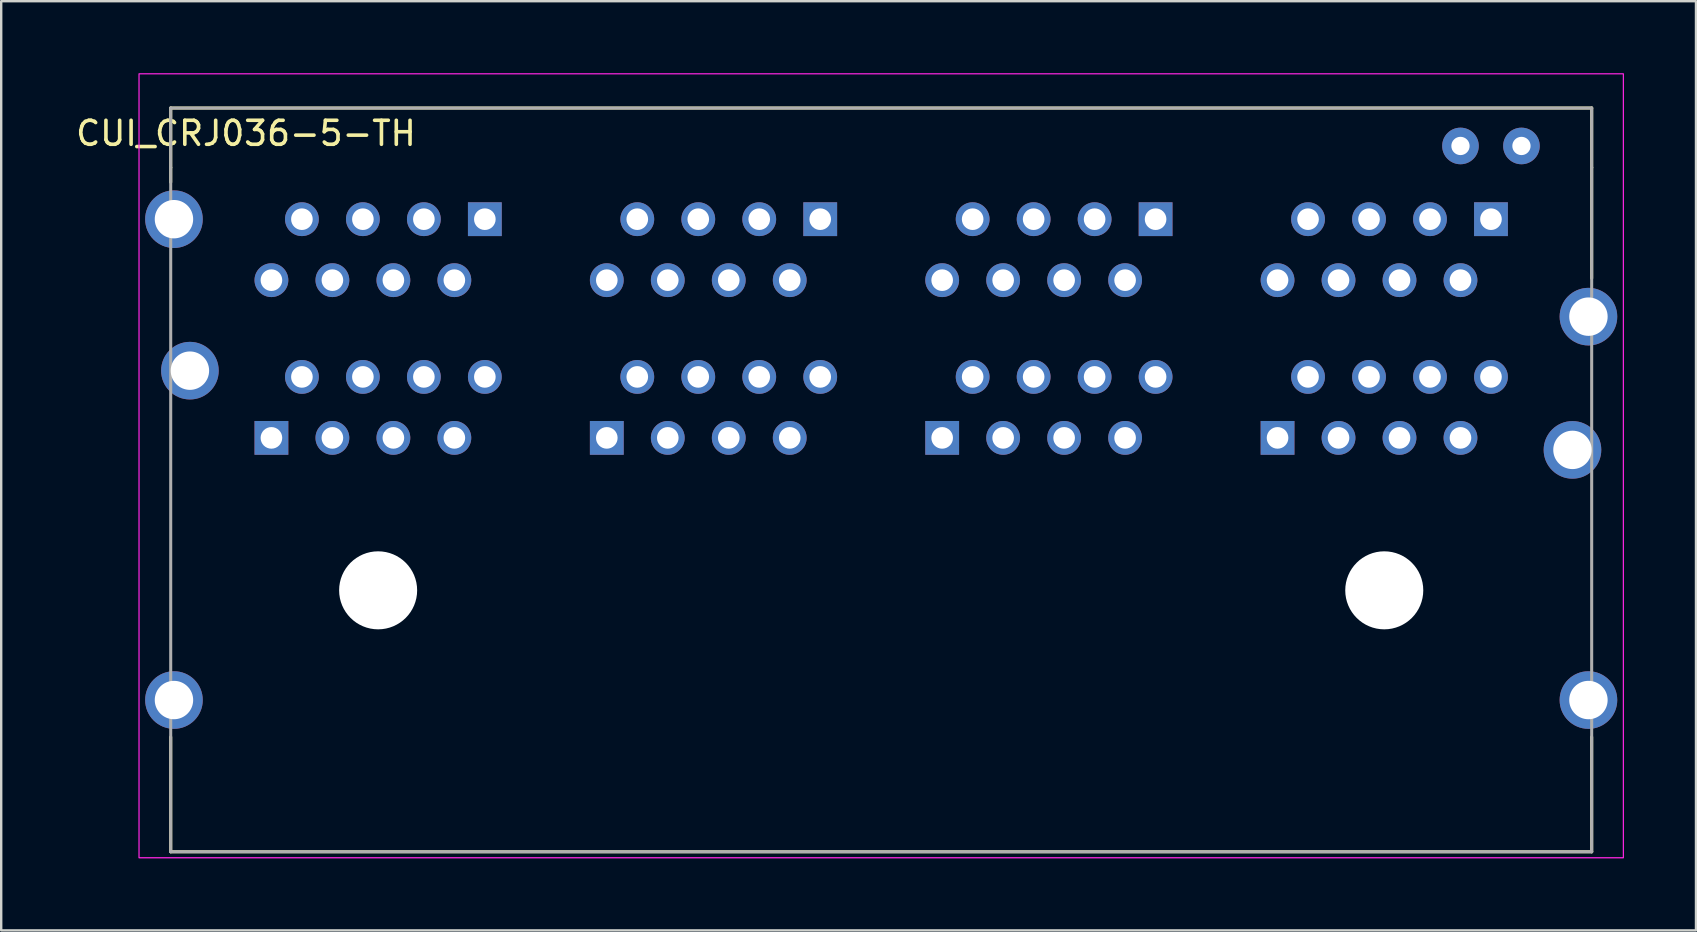
<source format=kicad_pcb>
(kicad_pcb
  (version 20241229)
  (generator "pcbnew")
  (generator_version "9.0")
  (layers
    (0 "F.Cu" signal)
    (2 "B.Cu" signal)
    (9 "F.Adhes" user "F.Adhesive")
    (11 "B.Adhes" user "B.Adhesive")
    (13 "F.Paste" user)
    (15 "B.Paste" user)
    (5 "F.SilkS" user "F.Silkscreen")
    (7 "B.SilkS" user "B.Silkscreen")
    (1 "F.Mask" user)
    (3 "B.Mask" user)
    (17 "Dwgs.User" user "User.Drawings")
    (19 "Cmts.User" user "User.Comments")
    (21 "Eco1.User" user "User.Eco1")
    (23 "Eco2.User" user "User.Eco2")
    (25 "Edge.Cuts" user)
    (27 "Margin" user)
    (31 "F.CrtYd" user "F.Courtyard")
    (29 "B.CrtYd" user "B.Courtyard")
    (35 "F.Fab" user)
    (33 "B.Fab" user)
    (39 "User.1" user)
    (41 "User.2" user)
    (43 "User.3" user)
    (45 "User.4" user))
  (footprint "CUI_CRJ036-5-TH"
    (layer "F.Cu")
    (at 33.656 21.54)
    (property "Reference" "CUI_CRJ036-5-TH" (at -26.46 -19.035 0) (layer "F.SilkS") (effects (font (size 1 1) (thickness 0.15))))
    (attr through_hole)
    (fp_line (start -29.595 -20.09) (end 29.595 -20.09) (stroke (width 0.127) (type solid)) (layer "F.SilkS"))
    (fp_line (start -29.595 -17.61) (end -29.595 -20.09) (stroke (width 0.127) (type default)) (layer "F.SilkS"))
    (fp_line (start -29.595 -17) (end -29.595 -17.61) (stroke (width 0.127) (type solid)) (layer "F.SilkS"))
    (fp_line (start -29.595 10.89) (end -29.595 6.11) (stroke (width 0.127) (type solid)) (layer "F.SilkS"))
    (fp_line (start 29.595 -17.61) (end 29.595 -20.09) (stroke (width 0.127) (type default)) (layer "F.SilkS"))
    (fp_line (start 29.595 -13) (end 29.595 -17.61) (stroke (width 0.127) (type solid)) (layer "F.SilkS"))
    (fp_line (start 29.595 10.89) (end -29.595 10.89) (stroke (width 0.127) (type solid)) (layer "F.SilkS"))
    (fp_line (start 29.595 10.89) (end 29.595 6.11) (stroke (width 0.127) (type solid)) (layer "F.SilkS"))
    (fp_rect (start -30.915 -21.515) (end 30.915 11.14) (stroke (width 0.05) (type default)) (fill no) (layer "F.CrtYd"))
    (fp_line (start -29.595 -20.09) (end 29.595 -20.09) (stroke (width 0.127) (type solid)) (layer "F.Fab"))
    (fp_line (start -29.595 -17.61) (end -29.595 -20.09) (stroke (width 0.127) (type default)) (layer "F.Fab"))
    (fp_line (start -29.595 10.89) (end -29.595 -17.61) (stroke (width 0.127) (type solid)) (layer "F.Fab"))
    (fp_line (start 29.595 -17.61) (end 29.595 -20.09) (stroke (width 0.127) (type default)) (layer "F.Fab"))
    (fp_line (start 29.595 -17.61) (end 29.595 10.89) (stroke (width 0.127) (type solid)) (layer "F.Fab"))
    (fp_line (start 29.595 10.89) (end -29.595 10.89) (stroke (width 0.127) (type solid)) (layer "F.Fab"))
    (fp_line (start -29.595 -17.61) (end -29.595 -20.085) (stroke (width 0.1) (type default)) (layer "User.5"))
    (fp_line (start -29.595 -17.61) (end -29.595 -20.085) (stroke (width 0.127) (type default)) (layer "User.5"))
    (fp_line (start 29.595 -17.61) (end 29.595 -20.085) (stroke (width 0.1) (type default)) (layer "User.5"))
    (fp_line (start 29.595 -17.61) (end 29.595 -20.085) (stroke (width 0.127) (type default)) (layer "User.5"))
    (pad "" np_thru_hole circle (at -20.955 0) (size 3.25 3.25) (drill 3.25) (layers "*.Cu" "*.Mask"))
    (pad "" np_thru_hole circle (at 20.955 0) (size 3.25 3.25) (drill 3.25) (layers "*.Cu" "*.Mask"))
    (pad "1" thru_hole circle (at 26.67 -18.51) (size 1.524 1.524) (drill 0.762) (layers "*.Cu" "*.Mask"))
    (pad "1_1B" thru_hole rect (at -25.4 -6.35) (size 1.408 1.408) (drill 0.9) (layers "*.Cu" "*.Mask"))
    (pad "1_1T" thru_hole rect (at -16.51 -15.46) (size 1.408 1.408) (drill 0.9) (layers "*.Cu" "*.Mask"))
    (pad "1_2B" thru_hole circle (at -24.13 -8.89) (size 1.408 1.408) (drill 0.9) (layers "*.Cu" "*.Mask"))
    (pad "1_2T" thru_hole circle (at -17.78 -12.92) (size 1.408 1.408) (drill 0.9) (layers "*.Cu" "*.Mask"))
    (pad "1_3B" thru_hole circle (at -22.86 -6.35) (size 1.408 1.408) (drill 0.9) (layers "*.Cu" "*.Mask"))
    (pad "1_3T" thru_hole circle (at -19.05 -15.46) (size 1.408 1.408) (drill 0.9) (layers "*.Cu" "*.Mask"))
    (pad "1_4B" thru_hole circle (at -21.59 -8.89) (size 1.408 1.408) (drill 0.9) (layers "*.Cu" "*.Mask"))
    (pad "1_4T" thru_hole circle (at -20.32 -12.92) (size 1.408 1.408) (drill 0.9) (layers "*.Cu" "*.Mask"))
    (pad "1_5B" thru_hole circle (at -20.32 -6.35) (size 1.408 1.408) (drill 0.9) (layers "*.Cu" "*.Mask"))
    (pad "1_5T" thru_hole circle (at -21.59 -15.46) (size 1.408 1.408) (drill 0.9) (layers "*.Cu" "*.Mask"))
    (pad "1_6B" thru_hole circle (at -19.05 -8.89) (size 1.408 1.408) (drill 0.9) (layers "*.Cu" "*.Mask"))
    (pad "1_6T" thru_hole circle (at -22.86 -12.92) (size 1.408 1.408) (drill 0.9) (layers "*.Cu" "*.Mask"))
    (pad "1_7B" thru_hole circle (at -17.78 -6.35) (size 1.408 1.408) (drill 0.9) (layers "*.Cu" "*.Mask"))
    (pad "1_7T" thru_hole circle (at -24.13 -15.46) (size 1.408 1.408) (drill 0.9) (layers "*.Cu" "*.Mask"))
    (pad "1_8B" thru_hole circle (at -16.51 -8.89) (size 1.408 1.408) (drill 0.9) (layers "*.Cu" "*.Mask"))
    (pad "1_8T" thru_hole circle (at -25.4 -12.92) (size 1.408 1.408) (drill 0.9) (layers "*.Cu" "*.Mask"))
    (pad "2" thru_hole circle (at 24.13 -18.51) (size 1.524 1.524) (drill 0.762) (layers "*.Cu" "*.Mask"))
    (pad "2_1B" thru_hole rect (at -11.43 -6.35) (size 1.408 1.408) (drill 0.9) (layers "*.Cu" "*.Mask"))
    (pad "2_1T" thru_hole rect (at -2.54 -15.46) (size 1.408 1.408) (drill 0.9) (layers "*.Cu" "*.Mask"))
    (pad "2_2B" thru_hole circle (at -10.16 -8.89) (size 1.408 1.408) (drill 0.9) (layers "*.Cu" "*.Mask"))
    (pad "2_2T" thru_hole circle (at -3.81 -12.92) (size 1.408 1.408) (drill 0.9) (layers "*.Cu" "*.Mask"))
    (pad "2_3B" thru_hole circle (at -8.89 -6.35) (size 1.408 1.408) (drill 0.9) (layers "*.Cu" "*.Mask"))
    (pad "2_3T" thru_hole circle (at -5.08 -15.46) (size 1.408 1.408) (drill 0.9) (layers "*.Cu" "*.Mask"))
    (pad "2_4B" thru_hole circle (at -7.62 -8.89) (size 1.408 1.408) (drill 0.9) (layers "*.Cu" "*.Mask"))
    (pad "2_4T" thru_hole circle (at -6.35 -12.92) (size 1.408 1.408) (drill 0.9) (layers "*.Cu" "*.Mask"))
    (pad "2_5B" thru_hole circle (at -6.35 -6.35) (size 1.408 1.408) (drill 0.9) (layers "*.Cu" "*.Mask"))
    (pad "2_5T" thru_hole circle (at -7.62 -15.46) (size 1.408 1.408) (drill 0.9) (layers "*.Cu" "*.Mask"))
    (pad "2_6B" thru_hole circle (at -5.08 -8.89) (size 1.408 1.408) (drill 0.9) (layers "*.Cu" "*.Mask"))
    (pad "2_6T" thru_hole circle (at -8.89 -12.92) (size 1.408 1.408) (drill 0.9) (layers "*.Cu" "*.Mask"))
    (pad "2_7B" thru_hole circle (at -3.81 -6.35) (size 1.408 1.408) (drill 0.9) (layers "*.Cu" "*.Mask"))
    (pad "2_7T" thru_hole circle (at -10.16 -15.46) (size 1.408 1.408) (drill 0.9) (layers "*.Cu" "*.Mask"))
    (pad "2_8B" thru_hole circle (at -2.54 -8.89) (size 1.408 1.408) (drill 0.9) (layers "*.Cu" "*.Mask"))
    (pad "2_8T" thru_hole circle (at -11.43 -12.92) (size 1.408 1.408) (drill 0.9) (layers "*.Cu" "*.Mask"))
    (pad "3_1B" thru_hole rect (at 2.54 -6.35) (size 1.408 1.408) (drill 0.9) (layers "*.Cu" "*.Mask"))
    (pad "3_1T" thru_hole rect (at 11.43 -15.46) (size 1.408 1.408) (drill 0.9) (layers "*.Cu" "*.Mask"))
    (pad "3_2B" thru_hole circle (at 3.81 -8.89) (size 1.408 1.408) (drill 0.9) (layers "*.Cu" "*.Mask"))
    (pad "3_2T" thru_hole circle (at 10.16 -12.92) (size 1.408 1.408) (drill 0.9) (layers "*.Cu" "*.Mask"))
    (pad "3_3B" thru_hole circle (at 5.08 -6.35) (size 1.408 1.408) (drill 0.9) (layers "*.Cu" "*.Mask"))
    (pad "3_3T" thru_hole circle (at 8.89 -15.46) (size 1.408 1.408) (drill 0.9) (layers "*.Cu" "*.Mask"))
    (pad "3_4B" thru_hole circle (at 6.35 -8.89) (size 1.408 1.408) (drill 0.9) (layers "*.Cu" "*.Mask"))
    (pad "3_4T" thru_hole circle (at 7.62 -12.92) (size 1.408 1.408) (drill 0.9) (layers "*.Cu" "*.Mask"))
    (pad "3_5B" thru_hole circle (at 7.62 -6.35) (size 1.408 1.408) (drill 0.9) (layers "*.Cu" "*.Mask"))
    (pad "3_5T" thru_hole circle (at 6.35 -15.46) (size 1.408 1.408) (drill 0.9) (layers "*.Cu" "*.Mask"))
    (pad "3_6B" thru_hole circle (at 8.89 -8.89) (size 1.408 1.408) (drill 0.9) (layers "*.Cu" "*.Mask"))
    (pad "3_6T" thru_hole circle (at 5.08 -12.92) (size 1.408 1.408) (drill 0.9) (layers "*.Cu" "*.Mask"))
    (pad "3_7B" thru_hole circle (at 10.16 -6.35) (size 1.408 1.408) (drill 0.9) (layers "*.Cu" "*.Mask"))
    (pad "3_7T" thru_hole circle (at 3.81 -15.46) (size 1.408 1.408) (drill 0.9) (layers "*.Cu" "*.Mask"))
    (pad "3_8B" thru_hole circle (at 11.43 -8.89) (size 1.408 1.408) (drill 0.9) (layers "*.Cu" "*.Mask"))
    (pad "3_8T" thru_hole circle (at 2.54 -12.92) (size 1.408 1.408) (drill 0.9) (layers "*.Cu" "*.Mask"))
    (pad "4_1B" thru_hole rect (at 16.51 -6.35) (size 1.408 1.408) (drill 0.9) (layers "*.Cu" "*.Mask"))
    (pad "4_1T" thru_hole rect (at 25.4 -15.46) (size 1.408 1.408) (drill 0.9) (layers "*.Cu" "*.Mask"))
    (pad "4_2B" thru_hole circle (at 17.78 -8.89) (size 1.408 1.408) (drill 0.9) (layers "*.Cu" "*.Mask"))
    (pad "4_2T" thru_hole circle (at 24.13 -12.92) (size 1.408 1.408) (drill 0.9) (layers "*.Cu" "*.Mask"))
    (pad "4_3B" thru_hole circle (at 19.05 -6.35) (size 1.408 1.408) (drill 0.9) (layers "*.Cu" "*.Mask"))
    (pad "4_3T" thru_hole circle (at 22.86 -15.46) (size 1.408 1.408) (drill 0.9) (layers "*.Cu" "*.Mask"))
    (pad "4_4B" thru_hole circle (at 20.32 -8.89) (size 1.408 1.408) (drill 0.9) (layers "*.Cu" "*.Mask"))
    (pad "4_4T" thru_hole circle (at 21.59 -12.92) (size 1.408 1.408) (drill 0.9) (layers "*.Cu" "*.Mask"))
    (pad "4_5B" thru_hole circle (at 21.59 -6.35) (size 1.408 1.408) (drill 0.9) (layers "*.Cu" "*.Mask"))
    (pad "4_5T" thru_hole circle (at 20.32 -15.46) (size 1.408 1.408) (drill 0.9) (layers "*.Cu" "*.Mask"))
    (pad "4_6B" thru_hole circle (at 22.86 -8.89) (size 1.408 1.408) (drill 0.9) (layers "*.Cu" "*.Mask"))
    (pad "4_6T" thru_hole circle (at 19.05 -12.92) (size 1.408 1.408) (drill 0.9) (layers "*.Cu" "*.Mask"))
    (pad "4_7B" thru_hole circle (at 24.13 -6.35) (size 1.408 1.408) (drill 0.9) (layers "*.Cu" "*.Mask"))
    (pad "4_7T" thru_hole circle (at 17.78 -15.46) (size 1.408 1.408) (drill 0.9) (layers "*.Cu" "*.Mask"))
    (pad "4_8B" thru_hole circle (at 25.4 -8.89) (size 1.408 1.408) (drill 0.9) (layers "*.Cu" "*.Mask"))
    (pad "4_8T" thru_hole circle (at 16.51 -12.92) (size 1.408 1.408) (drill 0.9) (layers "*.Cu" "*.Mask"))
    (pad "S1" thru_hole circle (at -29.46 4.57) (size 2.4 2.4) (drill 1.6) (layers "*.Cu" "*.Mask"))
    (pad "S2" thru_hole circle (at 29.46 4.57) (size 2.4 2.4) (drill 1.6) (layers "*.Cu" "*.Mask"))
    (pad "S3" thru_hole circle (at 28.795 -5.85) (size 2.4 2.4) (drill 1.6) (layers "*.Cu" "*.Mask"))
    (pad "S4" thru_hole circle (at -28.795 -9.15) (size 2.4 2.4) (drill 1.6) (layers "*.Cu" "*.Mask"))
    (pad "S5" thru_hole circle (at -29.46 -15.46) (size 2.4 2.4) (drill 1.6) (layers "*.Cu" "*.Mask"))
    (pad "S6" thru_hole circle (at 29.46 -11.4) (size 2.4 2.4) (drill 1.6) (layers "*.Cu" "*.Mask")))
  (gr_rect
    (start -3 -3)
    (end 67.596 35.705)
    (stroke (width 0.1) (type default))
    (fill no)
    (layer "Edge.Cuts")))
</source>
